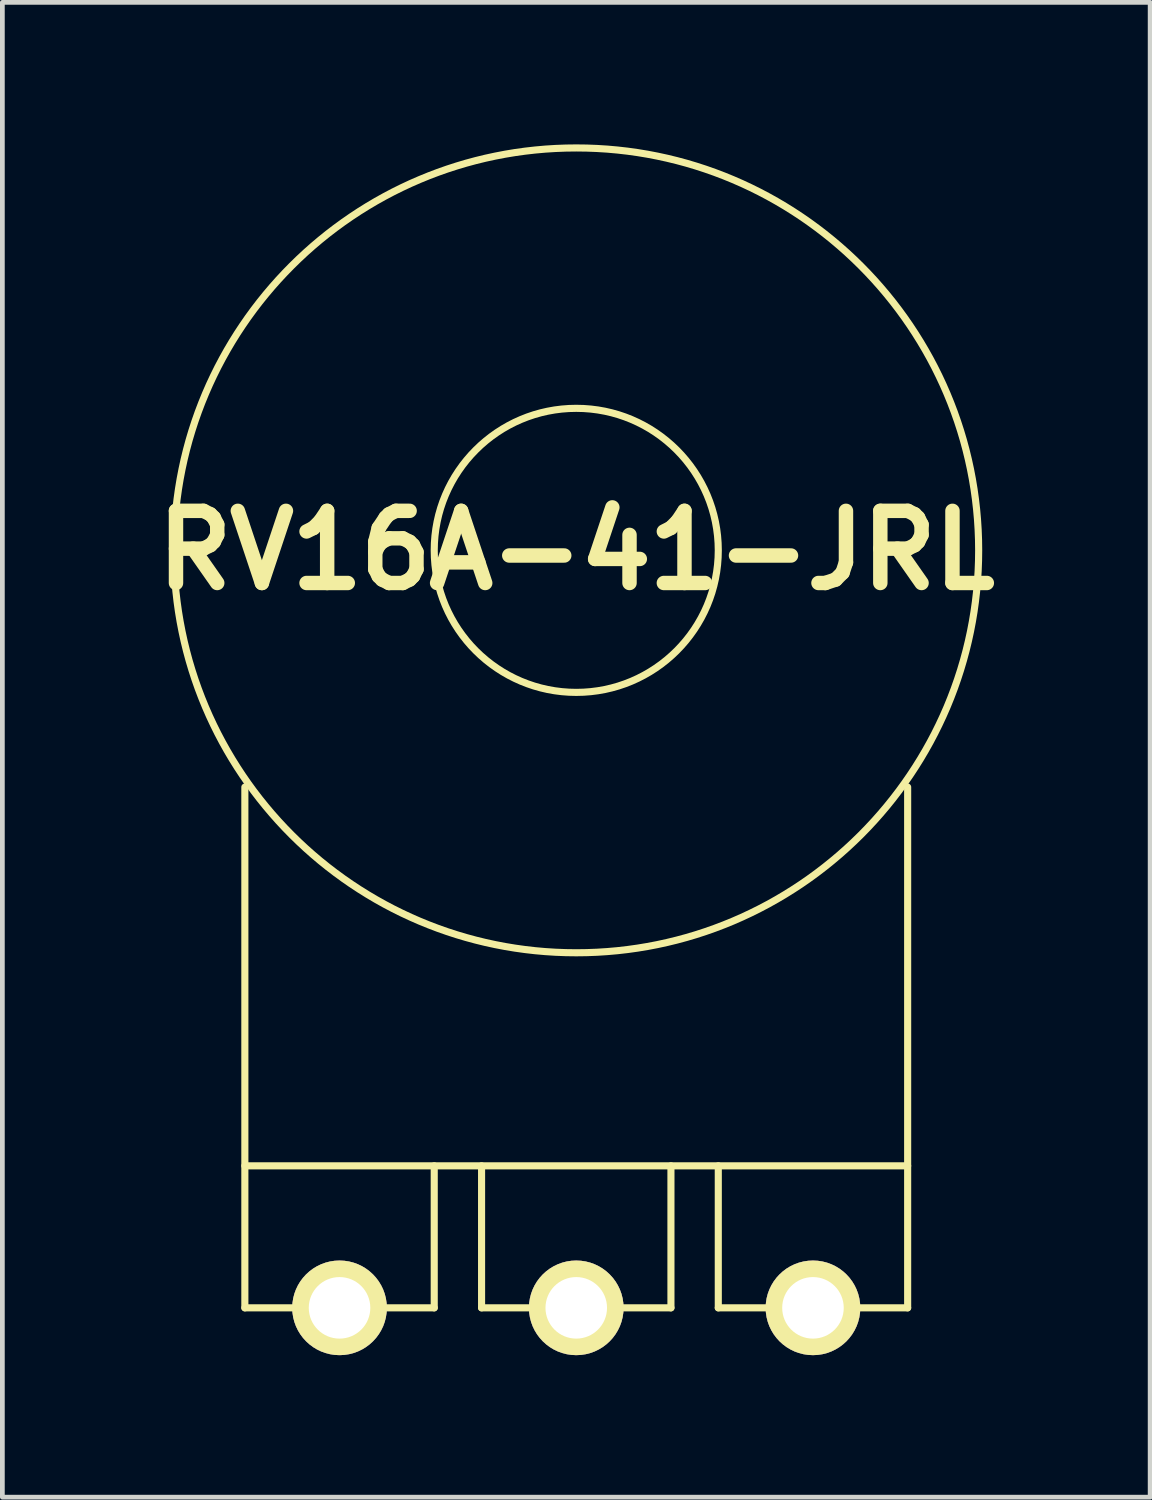
<source format=kicad_pcb>
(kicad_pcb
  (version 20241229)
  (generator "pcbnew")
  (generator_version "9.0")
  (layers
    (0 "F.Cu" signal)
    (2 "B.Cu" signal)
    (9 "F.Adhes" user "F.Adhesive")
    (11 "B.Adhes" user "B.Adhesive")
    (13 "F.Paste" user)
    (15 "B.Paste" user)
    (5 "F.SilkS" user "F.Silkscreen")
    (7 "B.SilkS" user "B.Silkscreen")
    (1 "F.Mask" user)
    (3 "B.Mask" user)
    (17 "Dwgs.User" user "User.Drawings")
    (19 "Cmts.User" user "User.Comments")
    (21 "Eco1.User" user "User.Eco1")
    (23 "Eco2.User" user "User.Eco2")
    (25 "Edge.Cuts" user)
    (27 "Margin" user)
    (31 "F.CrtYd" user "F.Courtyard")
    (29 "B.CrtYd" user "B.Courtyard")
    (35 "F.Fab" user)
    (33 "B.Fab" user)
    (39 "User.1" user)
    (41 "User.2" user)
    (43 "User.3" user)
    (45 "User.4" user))
  (footprint "RV16A-41-JRL"
    (layer "F.Cu")
    (at 9.122 8.575)
    (property "Reference" "RV16A-41-JRL" (at 0 0 0) (layer "F.SilkS") (effects (font (size 1.524 1.524) (thickness 0.305))))
    (attr through_hole)
    (fp_line (start -7 13) (end 7 13) (stroke (width 0.15) (type solid)) (layer "F.SilkS"))
    (fp_line (start -7 16) (end -7 5) (stroke (width 0.15) (type solid)) (layer "F.SilkS"))
    (fp_line (start -3 13) (end -3 16) (stroke (width 0.15) (type solid)) (layer "F.SilkS"))
    (fp_line (start -3 16) (end -7 16) (stroke (width 0.15) (type solid)) (layer "F.SilkS"))
    (fp_line (start -2 16) (end -2 13) (stroke (width 0.15) (type solid)) (layer "F.SilkS"))
    (fp_line (start 2 13) (end 2 16) (stroke (width 0.15) (type solid)) (layer "F.SilkS"))
    (fp_line (start 2 16) (end -2 16) (stroke (width 0.15) (type solid)) (layer "F.SilkS"))
    (fp_line (start 3 16) (end 3 13) (stroke (width 0.15) (type solid)) (layer "F.SilkS"))
    (fp_line (start 7 16) (end 3 16) (stroke (width 0.15) (type solid)) (layer "F.SilkS"))
    (fp_line (start 7 16) (end 7 5) (stroke (width 0.15) (type solid)) (layer "F.SilkS"))
    (fp_circle (center 0 0) (end 0 3) (stroke (width 0.15) (type solid)) (fill no) (layer "F.SilkS"))
    (fp_circle (center 0 0) (end 0 8.5) (stroke (width 0.15) (type solid)) (fill no) (layer "F.SilkS"))
    (pad "1" thru_hole circle (at -5 16) (size 1.999 1.999) (drill 1.3) (layers "*.Cu" "*.Mask" "F.SilkS"))
    (pad "2" thru_hole circle (at 0 16) (size 1.999 1.999) (drill 1.3) (layers "*.Cu" "*.Mask" "F.SilkS"))
    (pad "3" thru_hole circle (at 5 16) (size 1.999 1.999) (drill 1.3) (layers "*.Cu" "*.Mask" "F.SilkS")))
  (gr_rect
    (start -3 -3)
    (end 21.244 28.574)
    (stroke (width 0.1) (type default))
    (fill no)
    (layer "Edge.Cuts")))
</source>
